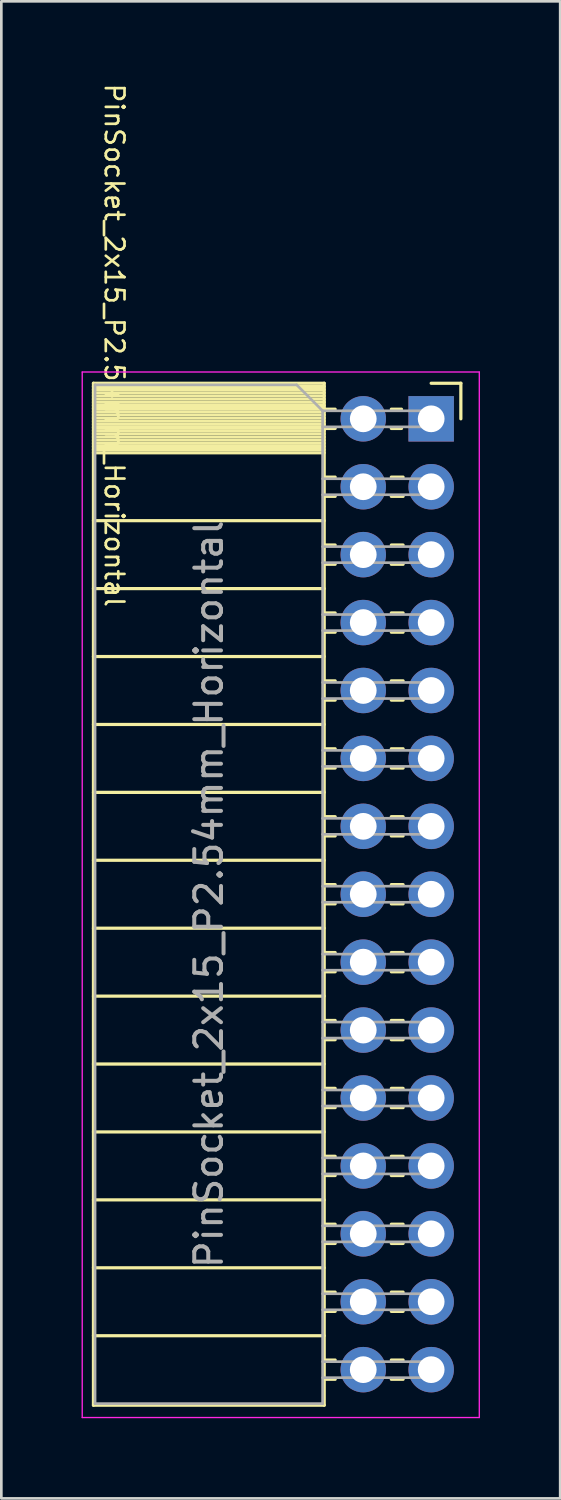
<source format=kicad_pcb>
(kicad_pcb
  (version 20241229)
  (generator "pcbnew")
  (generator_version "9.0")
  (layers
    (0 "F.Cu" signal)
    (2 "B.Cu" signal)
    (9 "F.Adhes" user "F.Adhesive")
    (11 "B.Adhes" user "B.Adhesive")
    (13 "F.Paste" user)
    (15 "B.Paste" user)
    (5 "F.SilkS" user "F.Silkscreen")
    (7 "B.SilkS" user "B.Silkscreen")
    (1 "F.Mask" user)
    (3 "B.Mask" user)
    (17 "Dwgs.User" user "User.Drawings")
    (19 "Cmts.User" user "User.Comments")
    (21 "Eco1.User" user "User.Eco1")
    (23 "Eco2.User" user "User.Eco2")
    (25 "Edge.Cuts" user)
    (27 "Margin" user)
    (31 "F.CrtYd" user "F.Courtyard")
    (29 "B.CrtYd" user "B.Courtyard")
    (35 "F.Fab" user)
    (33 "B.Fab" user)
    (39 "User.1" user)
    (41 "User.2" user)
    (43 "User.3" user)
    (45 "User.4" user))
  (footprint "PinSocket_2x15_P2.54mm_Horizontal"
    (layer "F.Cu")
    (at 13.075 12.613)
    (property "Reference" "PinSocket_2x15_P2.54mm_Horizontal" (at -11.85 -2.75 270) (unlocked yes) (layer "F.SilkS") (effects (font (size 0.7 0.7) (thickness 0.1))))
    (attr through_hole)
    (fp_line (start -12.63 -1.33) (end -12.63 36.89) (stroke (width 0.12) (type solid)) (layer "F.SilkS"))
    (fp_line (start -12.63 -1.33) (end -4 -1.33) (stroke (width 0.12) (type solid)) (layer "F.SilkS"))
    (fp_line (start -12.63 -1.21) (end -4 -1.21) (stroke (width 0.12) (type solid)) (layer "F.SilkS"))
    (fp_line (start -12.63 -1.092) (end -4 -1.092) (stroke (width 0.12) (type solid)) (layer "F.SilkS"))
    (fp_line (start -12.63 -0.974) (end -4 -0.974) (stroke (width 0.12) (type solid)) (layer "F.SilkS"))
    (fp_line (start -12.63 -0.856) (end -4 -0.856) (stroke (width 0.12) (type solid)) (layer "F.SilkS"))
    (fp_line (start -12.63 -0.738) (end -4 -0.738) (stroke (width 0.12) (type solid)) (layer "F.SilkS"))
    (fp_line (start -12.63 -0.62) (end -4 -0.62) (stroke (width 0.12) (type solid)) (layer "F.SilkS"))
    (fp_line (start -12.63 -0.501) (end -4 -0.501) (stroke (width 0.12) (type solid)) (layer "F.SilkS"))
    (fp_line (start -12.63 -0.383) (end -4 -0.383) (stroke (width 0.12) (type solid)) (layer "F.SilkS"))
    (fp_line (start -12.63 -0.265) (end -4 -0.265) (stroke (width 0.12) (type solid)) (layer "F.SilkS"))
    (fp_line (start -12.63 -0.147) (end -4 -0.147) (stroke (width 0.12) (type solid)) (layer "F.SilkS"))
    (fp_line (start -12.63 -0.029) (end -4 -0.029) (stroke (width 0.12) (type solid)) (layer "F.SilkS"))
    (fp_line (start -12.63 0.089) (end -4 0.089) (stroke (width 0.12) (type solid)) (layer "F.SilkS"))
    (fp_line (start -12.63 0.207) (end -4 0.207) (stroke (width 0.12) (type solid)) (layer "F.SilkS"))
    (fp_line (start -12.63 0.325) (end -4 0.325) (stroke (width 0.12) (type solid)) (layer "F.SilkS"))
    (fp_line (start -12.63 0.443) (end -4 0.443) (stroke (width 0.12) (type solid)) (layer "F.SilkS"))
    (fp_line (start -12.63 0.561) (end -4 0.561) (stroke (width 0.12) (type solid)) (layer "F.SilkS"))
    (fp_line (start -12.63 0.68) (end -4 0.68) (stroke (width 0.12) (type solid)) (layer "F.SilkS"))
    (fp_line (start -12.63 0.798) (end -4 0.798) (stroke (width 0.12) (type solid)) (layer "F.SilkS"))
    (fp_line (start -12.63 0.916) (end -4 0.916) (stroke (width 0.12) (type solid)) (layer "F.SilkS"))
    (fp_line (start -12.63 1.034) (end -4 1.034) (stroke (width 0.12) (type solid)) (layer "F.SilkS"))
    (fp_line (start -12.63 1.152) (end -4 1.152) (stroke (width 0.12) (type solid)) (layer "F.SilkS"))
    (fp_line (start -12.63 1.27) (end -4 1.27) (stroke (width 0.12) (type solid)) (layer "F.SilkS"))
    (fp_line (start -12.63 3.81) (end -4 3.81) (stroke (width 0.12) (type solid)) (layer "F.SilkS"))
    (fp_line (start -12.63 6.35) (end -4 6.35) (stroke (width 0.12) (type solid)) (layer "F.SilkS"))
    (fp_line (start -12.63 8.89) (end -4 8.89) (stroke (width 0.12) (type solid)) (layer "F.SilkS"))
    (fp_line (start -12.63 11.43) (end -4 11.43) (stroke (width 0.12) (type solid)) (layer "F.SilkS"))
    (fp_line (start -12.63 13.97) (end -4 13.97) (stroke (width 0.12) (type solid)) (layer "F.SilkS"))
    (fp_line (start -12.63 16.51) (end -4 16.51) (stroke (width 0.12) (type solid)) (layer "F.SilkS"))
    (fp_line (start -12.63 19.05) (end -4 19.05) (stroke (width 0.12) (type solid)) (layer "F.SilkS"))
    (fp_line (start -12.63 21.59) (end -4 21.59) (stroke (width 0.12) (type solid)) (layer "F.SilkS"))
    (fp_line (start -12.63 24.13) (end -4 24.13) (stroke (width 0.12) (type solid)) (layer "F.SilkS"))
    (fp_line (start -12.63 26.67) (end -4 26.67) (stroke (width 0.12) (type solid)) (layer "F.SilkS"))
    (fp_line (start -12.63 29.21) (end -4 29.21) (stroke (width 0.12) (type solid)) (layer "F.SilkS"))
    (fp_line (start -12.63 31.75) (end -4 31.75) (stroke (width 0.12) (type solid)) (layer "F.SilkS"))
    (fp_line (start -12.63 34.29) (end -4 34.29) (stroke (width 0.12) (type solid)) (layer "F.SilkS"))
    (fp_line (start -12.63 36.89) (end -4 36.89) (stroke (width 0.12) (type solid)) (layer "F.SilkS"))
    (fp_line (start -4 -1.33) (end -4 36.89) (stroke (width 0.12) (type solid)) (layer "F.SilkS"))
    (fp_line (start -4 -0.36) (end -3.59 -0.36) (stroke (width 0.12) (type solid)) (layer "F.SilkS"))
    (fp_line (start -4 0.36) (end -3.59 0.36) (stroke (width 0.12) (type solid)) (layer "F.SilkS"))
    (fp_line (start -4 2.18) (end -3.59 2.18) (stroke (width 0.12) (type solid)) (layer "F.SilkS"))
    (fp_line (start -4 2.9) (end -3.59 2.9) (stroke (width 0.12) (type solid)) (layer "F.SilkS"))
    (fp_line (start -4 4.72) (end -3.59 4.72) (stroke (width 0.12) (type solid)) (layer "F.SilkS"))
    (fp_line (start -4 5.44) (end -3.59 5.44) (stroke (width 0.12) (type solid)) (layer "F.SilkS"))
    (fp_line (start -4 7.26) (end -3.59 7.26) (stroke (width 0.12) (type solid)) (layer "F.SilkS"))
    (fp_line (start -4 7.98) (end -3.59 7.98) (stroke (width 0.12) (type solid)) (layer "F.SilkS"))
    (fp_line (start -4 9.8) (end -3.59 9.8) (stroke (width 0.12) (type solid)) (layer "F.SilkS"))
    (fp_line (start -4 10.52) (end -3.59 10.52) (stroke (width 0.12) (type solid)) (layer "F.SilkS"))
    (fp_line (start -4 12.34) (end -3.59 12.34) (stroke (width 0.12) (type solid)) (layer "F.SilkS"))
    (fp_line (start -4 13.06) (end -3.59 13.06) (stroke (width 0.12) (type solid)) (layer "F.SilkS"))
    (fp_line (start -4 14.88) (end -3.59 14.88) (stroke (width 0.12) (type solid)) (layer "F.SilkS"))
    (fp_line (start -4 15.6) (end -3.59 15.6) (stroke (width 0.12) (type solid)) (layer "F.SilkS"))
    (fp_line (start -4 17.42) (end -3.59 17.42) (stroke (width 0.12) (type solid)) (layer "F.SilkS"))
    (fp_line (start -4 18.14) (end -3.59 18.14) (stroke (width 0.12) (type solid)) (layer "F.SilkS"))
    (fp_line (start -4 19.96) (end -3.59 19.96) (stroke (width 0.12) (type solid)) (layer "F.SilkS"))
    (fp_line (start -4 20.68) (end -3.59 20.68) (stroke (width 0.12) (type solid)) (layer "F.SilkS"))
    (fp_line (start -4 22.5) (end -3.59 22.5) (stroke (width 0.12) (type solid)) (layer "F.SilkS"))
    (fp_line (start -4 23.22) (end -3.59 23.22) (stroke (width 0.12) (type solid)) (layer "F.SilkS"))
    (fp_line (start -4 25.04) (end -3.59 25.04) (stroke (width 0.12) (type solid)) (layer "F.SilkS"))
    (fp_line (start -4 25.76) (end -3.59 25.76) (stroke (width 0.12) (type solid)) (layer "F.SilkS"))
    (fp_line (start -4 27.58) (end -3.59 27.58) (stroke (width 0.12) (type solid)) (layer "F.SilkS"))
    (fp_line (start -4 28.3) (end -3.59 28.3) (stroke (width 0.12) (type solid)) (layer "F.SilkS"))
    (fp_line (start -4 30.12) (end -3.59 30.12) (stroke (width 0.12) (type solid)) (layer "F.SilkS"))
    (fp_line (start -4 30.84) (end -3.59 30.84) (stroke (width 0.12) (type solid)) (layer "F.SilkS"))
    (fp_line (start -4 32.66) (end -3.59 32.66) (stroke (width 0.12) (type solid)) (layer "F.SilkS"))
    (fp_line (start -4 33.38) (end -3.59 33.38) (stroke (width 0.12) (type solid)) (layer "F.SilkS"))
    (fp_line (start -4 35.2) (end -3.59 35.2) (stroke (width 0.12) (type solid)) (layer "F.SilkS"))
    (fp_line (start -4 35.92) (end -3.59 35.92) (stroke (width 0.12) (type solid)) (layer "F.SilkS"))
    (fp_line (start -1.49 -0.36) (end -1.11 -0.36) (stroke (width 0.12) (type solid)) (layer "F.SilkS"))
    (fp_line (start -1.49 0.36) (end -1.11 0.36) (stroke (width 0.12) (type solid)) (layer "F.SilkS"))
    (fp_line (start -1.49 2.18) (end -1.05 2.18) (stroke (width 0.12) (type solid)) (layer "F.SilkS"))
    (fp_line (start -1.49 2.9) (end -1.05 2.9) (stroke (width 0.12) (type solid)) (layer "F.SilkS"))
    (fp_line (start -1.49 4.72) (end -1.05 4.72) (stroke (width 0.12) (type solid)) (layer "F.SilkS"))
    (fp_line (start -1.49 5.44) (end -1.05 5.44) (stroke (width 0.12) (type solid)) (layer "F.SilkS"))
    (fp_line (start -1.49 7.26) (end -1.05 7.26) (stroke (width 0.12) (type solid)) (layer "F.SilkS"))
    (fp_line (start -1.49 7.98) (end -1.05 7.98) (stroke (width 0.12) (type solid)) (layer "F.SilkS"))
    (fp_line (start -1.49 9.8) (end -1.05 9.8) (stroke (width 0.12) (type solid)) (layer "F.SilkS"))
    (fp_line (start -1.49 10.52) (end -1.05 10.52) (stroke (width 0.12) (type solid)) (layer "F.SilkS"))
    (fp_line (start -1.49 12.34) (end -1.05 12.34) (stroke (width 0.12) (type solid)) (layer "F.SilkS"))
    (fp_line (start -1.49 13.06) (end -1.05 13.06) (stroke (width 0.12) (type solid)) (layer "F.SilkS"))
    (fp_line (start -1.49 14.88) (end -1.05 14.88) (stroke (width 0.12) (type solid)) (layer "F.SilkS"))
    (fp_line (start -1.49 15.6) (end -1.05 15.6) (stroke (width 0.12) (type solid)) (layer "F.SilkS"))
    (fp_line (start -1.49 17.42) (end -1.05 17.42) (stroke (width 0.12) (type solid)) (layer "F.SilkS"))
    (fp_line (start -1.49 18.14) (end -1.05 18.14) (stroke (width 0.12) (type solid)) (layer "F.SilkS"))
    (fp_line (start -1.49 19.96) (end -1.05 19.96) (stroke (width 0.12) (type solid)) (layer "F.SilkS"))
    (fp_line (start -1.49 20.68) (end -1.05 20.68) (stroke (width 0.12) (type solid)) (layer "F.SilkS"))
    (fp_line (start -1.49 22.5) (end -1.05 22.5) (stroke (width 0.12) (type solid)) (layer "F.SilkS"))
    (fp_line (start -1.49 23.22) (end -1.05 23.22) (stroke (width 0.12) (type solid)) (layer "F.SilkS"))
    (fp_line (start -1.49 25.04) (end -1.05 25.04) (stroke (width 0.12) (type solid)) (layer "F.SilkS"))
    (fp_line (start -1.49 25.76) (end -1.05 25.76) (stroke (width 0.12) (type solid)) (layer "F.SilkS"))
    (fp_line (start -1.49 27.58) (end -1.05 27.58) (stroke (width 0.12) (type solid)) (layer "F.SilkS"))
    (fp_line (start -1.49 28.3) (end -1.05 28.3) (stroke (width 0.12) (type solid)) (layer "F.SilkS"))
    (fp_line (start -1.49 30.12) (end -1.05 30.12) (stroke (width 0.12) (type solid)) (layer "F.SilkS"))
    (fp_line (start -1.49 30.84) (end -1.05 30.84) (stroke (width 0.12) (type solid)) (layer "F.SilkS"))
    (fp_line (start -1.49 32.66) (end -1.05 32.66) (stroke (width 0.12) (type solid)) (layer "F.SilkS"))
    (fp_line (start -1.49 33.38) (end -1.05 33.38) (stroke (width 0.12) (type solid)) (layer "F.SilkS"))
    (fp_line (start -1.49 35.2) (end -1.05 35.2) (stroke (width 0.12) (type solid)) (layer "F.SilkS"))
    (fp_line (start -1.49 35.92) (end -1.05 35.92) (stroke (width 0.12) (type solid)) (layer "F.SilkS"))
    (fp_line (start 0 -1.33) (end 1.11 -1.33) (stroke (width 0.12) (type solid)) (layer "F.SilkS"))
    (fp_line (start 1.11 -1.33) (end 1.11 0) (stroke (width 0.12) (type solid)) (layer "F.SilkS"))
    (fp_line (start -13.05 -1.75) (end -13.05 37.35) (stroke (width 0.05) (type solid)) (layer "F.CrtYd"))
    (fp_line (start -13.05 37.35) (end 1.8 37.35) (stroke (width 0.05) (type solid)) (layer "F.CrtYd"))
    (fp_line (start 1.8 -1.75) (end -13.05 -1.75) (stroke (width 0.05) (type solid)) (layer "F.CrtYd"))
    (fp_line (start 1.8 37.35) (end 1.8 -1.75) (stroke (width 0.05) (type solid)) (layer "F.CrtYd"))
    (fp_line (start -12.57 -1.27) (end -5.03 -1.27) (stroke (width 0.1) (type solid)) (layer "F.Fab"))
    (fp_line (start -12.57 36.83) (end -12.57 -1.27) (stroke (width 0.1) (type solid)) (layer "F.Fab"))
    (fp_line (start -5.03 -1.27) (end -4.06 -0.3) (stroke (width 0.1) (type solid)) (layer "F.Fab"))
    (fp_line (start -4.06 -0.3) (end -4.06 36.83) (stroke (width 0.1) (type solid)) (layer "F.Fab"))
    (fp_line (start -4.06 0.3) (end 0 0.3) (stroke (width 0.1) (type solid)) (layer "F.Fab"))
    (fp_line (start -4.06 2.84) (end 0 2.84) (stroke (width 0.1) (type solid)) (layer "F.Fab"))
    (fp_line (start -4.06 5.38) (end 0 5.38) (stroke (width 0.1) (type solid)) (layer "F.Fab"))
    (fp_line (start -4.06 7.92) (end 0 7.92) (stroke (width 0.1) (type solid)) (layer "F.Fab"))
    (fp_line (start -4.06 10.46) (end 0 10.46) (stroke (width 0.1) (type solid)) (layer "F.Fab"))
    (fp_line (start -4.06 13) (end 0 13) (stroke (width 0.1) (type solid)) (layer "F.Fab"))
    (fp_line (start -4.06 15.54) (end 0 15.54) (stroke (width 0.1) (type solid)) (layer "F.Fab"))
    (fp_line (start -4.06 18.08) (end 0 18.08) (stroke (width 0.1) (type solid)) (layer "F.Fab"))
    (fp_line (start -4.06 20.62) (end 0 20.62) (stroke (width 0.1) (type solid)) (layer "F.Fab"))
    (fp_line (start -4.06 23.16) (end 0 23.16) (stroke (width 0.1) (type solid)) (layer "F.Fab"))
    (fp_line (start -4.06 25.7) (end 0 25.7) (stroke (width 0.1) (type solid)) (layer "F.Fab"))
    (fp_line (start -4.06 28.24) (end 0 28.24) (stroke (width 0.1) (type solid)) (layer "F.Fab"))
    (fp_line (start -4.06 30.78) (end 0 30.78) (stroke (width 0.1) (type solid)) (layer "F.Fab"))
    (fp_line (start -4.06 33.32) (end 0 33.32) (stroke (width 0.1) (type solid)) (layer "F.Fab"))
    (fp_line (start -4.06 35.86) (end 0 35.86) (stroke (width 0.1) (type solid)) (layer "F.Fab"))
    (fp_line (start -4.06 36.83) (end -12.57 36.83) (stroke (width 0.1) (type solid)) (layer "F.Fab"))
    (fp_line (start 0 -0.3) (end -4.06 -0.3) (stroke (width 0.1) (type solid)) (layer "F.Fab"))
    (fp_line (start 0 0.3) (end 0 -0.3) (stroke (width 0.1) (type solid)) (layer "F.Fab"))
    (fp_line (start 0 2.24) (end -4.06 2.24) (stroke (width 0.1) (type solid)) (layer "F.Fab"))
    (fp_line (start 0 2.84) (end 0 2.24) (stroke (width 0.1) (type solid)) (layer "F.Fab"))
    (fp_line (start 0 4.78) (end -4.06 4.78) (stroke (width 0.1) (type solid)) (layer "F.Fab"))
    (fp_line (start 0 5.38) (end 0 4.78) (stroke (width 0.1) (type solid)) (layer "F.Fab"))
    (fp_line (start 0 7.32) (end -4.06 7.32) (stroke (width 0.1) (type solid)) (layer "F.Fab"))
    (fp_line (start 0 7.92) (end 0 7.32) (stroke (width 0.1) (type solid)) (layer "F.Fab"))
    (fp_line (start 0 9.86) (end -4.06 9.86) (stroke (width 0.1) (type solid)) (layer "F.Fab"))
    (fp_line (start 0 10.46) (end 0 9.86) (stroke (width 0.1) (type solid)) (layer "F.Fab"))
    (fp_line (start 0 12.4) (end -4.06 12.4) (stroke (width 0.1) (type solid)) (layer "F.Fab"))
    (fp_line (start 0 13) (end 0 12.4) (stroke (width 0.1) (type solid)) (layer "F.Fab"))
    (fp_line (start 0 14.94) (end -4.06 14.94) (stroke (width 0.1) (type solid)) (layer "F.Fab"))
    (fp_line (start 0 15.54) (end 0 14.94) (stroke (width 0.1) (type solid)) (layer "F.Fab"))
    (fp_line (start 0 17.48) (end -4.06 17.48) (stroke (width 0.1) (type solid)) (layer "F.Fab"))
    (fp_line (start 0 18.08) (end 0 17.48) (stroke (width 0.1) (type solid)) (layer "F.Fab"))
    (fp_line (start 0 20.02) (end -4.06 20.02) (stroke (width 0.1) (type solid)) (layer "F.Fab"))
    (fp_line (start 0 20.62) (end 0 20.02) (stroke (width 0.1) (type solid)) (layer "F.Fab"))
    (fp_line (start 0 22.56) (end -4.06 22.56) (stroke (width 0.1) (type solid)) (layer "F.Fab"))
    (fp_line (start 0 23.16) (end 0 22.56) (stroke (width 0.1) (type solid)) (layer "F.Fab"))
    (fp_line (start 0 25.1) (end -4.06 25.1) (stroke (width 0.1) (type solid)) (layer "F.Fab"))
    (fp_line (start 0 25.7) (end 0 25.1) (stroke (width 0.1) (type solid)) (layer "F.Fab"))
    (fp_line (start 0 27.64) (end -4.06 27.64) (stroke (width 0.1) (type solid)) (layer "F.Fab"))
    (fp_line (start 0 28.24) (end 0 27.64) (stroke (width 0.1) (type solid)) (layer "F.Fab"))
    (fp_line (start 0 30.18) (end -4.06 30.18) (stroke (width 0.1) (type solid)) (layer "F.Fab"))
    (fp_line (start 0 30.78) (end 0 30.18) (stroke (width 0.1) (type solid)) (layer "F.Fab"))
    (fp_line (start 0 32.72) (end -4.06 32.72) (stroke (width 0.1) (type solid)) (layer "F.Fab"))
    (fp_line (start 0 33.32) (end 0 32.72) (stroke (width 0.1) (type solid)) (layer "F.Fab"))
    (fp_line (start 0 35.26) (end -4.06 35.26) (stroke (width 0.1) (type solid)) (layer "F.Fab"))
    (fp_line (start 0 35.86) (end 0 35.26) (stroke (width 0.1) (type solid)) (layer "F.Fab"))
    (fp_text user "${REFERENCE}" (at -8.315 17.78 270) (layer "F.Fab") (effects (font (size 1 1) (thickness 0.15))))
    (pad "1" thru_hole rect (at 0 0) (size 1.7 1.7) (drill 1) (layers "*.Cu" "*.Mask"))
    (pad "2" thru_hole oval (at -2.54 0) (size 1.7 1.7) (drill 1) (layers "*.Cu" "*.Mask"))
    (pad "3" thru_hole oval (at 0 2.54) (size 1.7 1.7) (drill 1) (layers "*.Cu" "*.Mask"))
    (pad "4" thru_hole oval (at -2.54 2.54) (size 1.7 1.7) (drill 1) (layers "*.Cu" "*.Mask"))
    (pad "5" thru_hole oval (at 0 5.08) (size 1.7 1.7) (drill 1) (layers "*.Cu" "*.Mask"))
    (pad "6" thru_hole oval (at -2.54 5.08) (size 1.7 1.7) (drill 1) (layers "*.Cu" "*.Mask"))
    (pad "7" thru_hole oval (at 0 7.62) (size 1.7 1.7) (drill 1) (layers "*.Cu" "*.Mask"))
    (pad "8" thru_hole oval (at -2.54 7.62) (size 1.7 1.7) (drill 1) (layers "*.Cu" "*.Mask"))
    (pad "9" thru_hole oval (at 0 10.16) (size 1.7 1.7) (drill 1) (layers "*.Cu" "*.Mask"))
    (pad "10" thru_hole oval (at -2.54 10.16) (size 1.7 1.7) (drill 1) (layers "*.Cu" "*.Mask"))
    (pad "11" thru_hole oval (at 0 12.7) (size 1.7 1.7) (drill 1) (layers "*.Cu" "*.Mask"))
    (pad "12" thru_hole oval (at -2.54 12.7) (size 1.7 1.7) (drill 1) (layers "*.Cu" "*.Mask"))
    (pad "13" thru_hole oval (at 0 15.24) (size 1.7 1.7) (drill 1) (layers "*.Cu" "*.Mask"))
    (pad "14" thru_hole oval (at -2.54 15.24) (size 1.7 1.7) (drill 1) (layers "*.Cu" "*.Mask"))
    (pad "15" thru_hole oval (at 0 17.78) (size 1.7 1.7) (drill 1) (layers "*.Cu" "*.Mask"))
    (pad "16" thru_hole oval (at -2.54 17.78) (size 1.7 1.7) (drill 1) (layers "*.Cu" "*.Mask"))
    (pad "17" thru_hole oval (at 0 20.32) (size 1.7 1.7) (drill 1) (layers "*.Cu" "*.Mask"))
    (pad "18" thru_hole oval (at -2.54 20.32) (size 1.7 1.7) (drill 1) (layers "*.Cu" "*.Mask"))
    (pad "19" thru_hole oval (at 0 22.86) (size 1.7 1.7) (drill 1) (layers "*.Cu" "*.Mask"))
    (pad "20" thru_hole oval (at -2.54 22.86) (size 1.7 1.7) (drill 1) (layers "*.Cu" "*.Mask"))
    (pad "21" thru_hole oval (at 0 25.4) (size 1.7 1.7) (drill 1) (layers "*.Cu" "*.Mask"))
    (pad "22" thru_hole oval (at -2.54 25.4) (size 1.7 1.7) (drill 1) (layers "*.Cu" "*.Mask"))
    (pad "23" thru_hole oval (at 0 27.94) (size 1.7 1.7) (drill 1) (layers "*.Cu" "*.Mask"))
    (pad "24" thru_hole oval (at -2.54 27.94) (size 1.7 1.7) (drill 1) (layers "*.Cu" "*.Mask"))
    (pad "25" thru_hole oval (at 0 30.48) (size 1.7 1.7) (drill 1) (layers "*.Cu" "*.Mask"))
    (pad "26" thru_hole oval (at -2.54 30.48) (size 1.7 1.7) (drill 1) (layers "*.Cu" "*.Mask"))
    (pad "27" thru_hole oval (at 0 33.02) (size 1.7 1.7) (drill 1) (layers "*.Cu" "*.Mask"))
    (pad "28" thru_hole oval (at -2.54 33.02) (size 1.7 1.7) (drill 1) (layers "*.Cu" "*.Mask"))
    (pad "29" thru_hole oval (at 0 35.56) (size 1.7 1.7) (drill 1) (layers "*.Cu" "*.Mask"))
    (pad "30" thru_hole oval (at -2.54 35.56) (size 1.7 1.7) (drill 1) (layers "*.Cu" "*.Mask")))
  (gr_rect
    (start -3 -3)
    (end 17.9 52.988)
    (stroke (width 0.1) (type default))
    (fill no)
    (layer "Edge.Cuts")))
</source>
